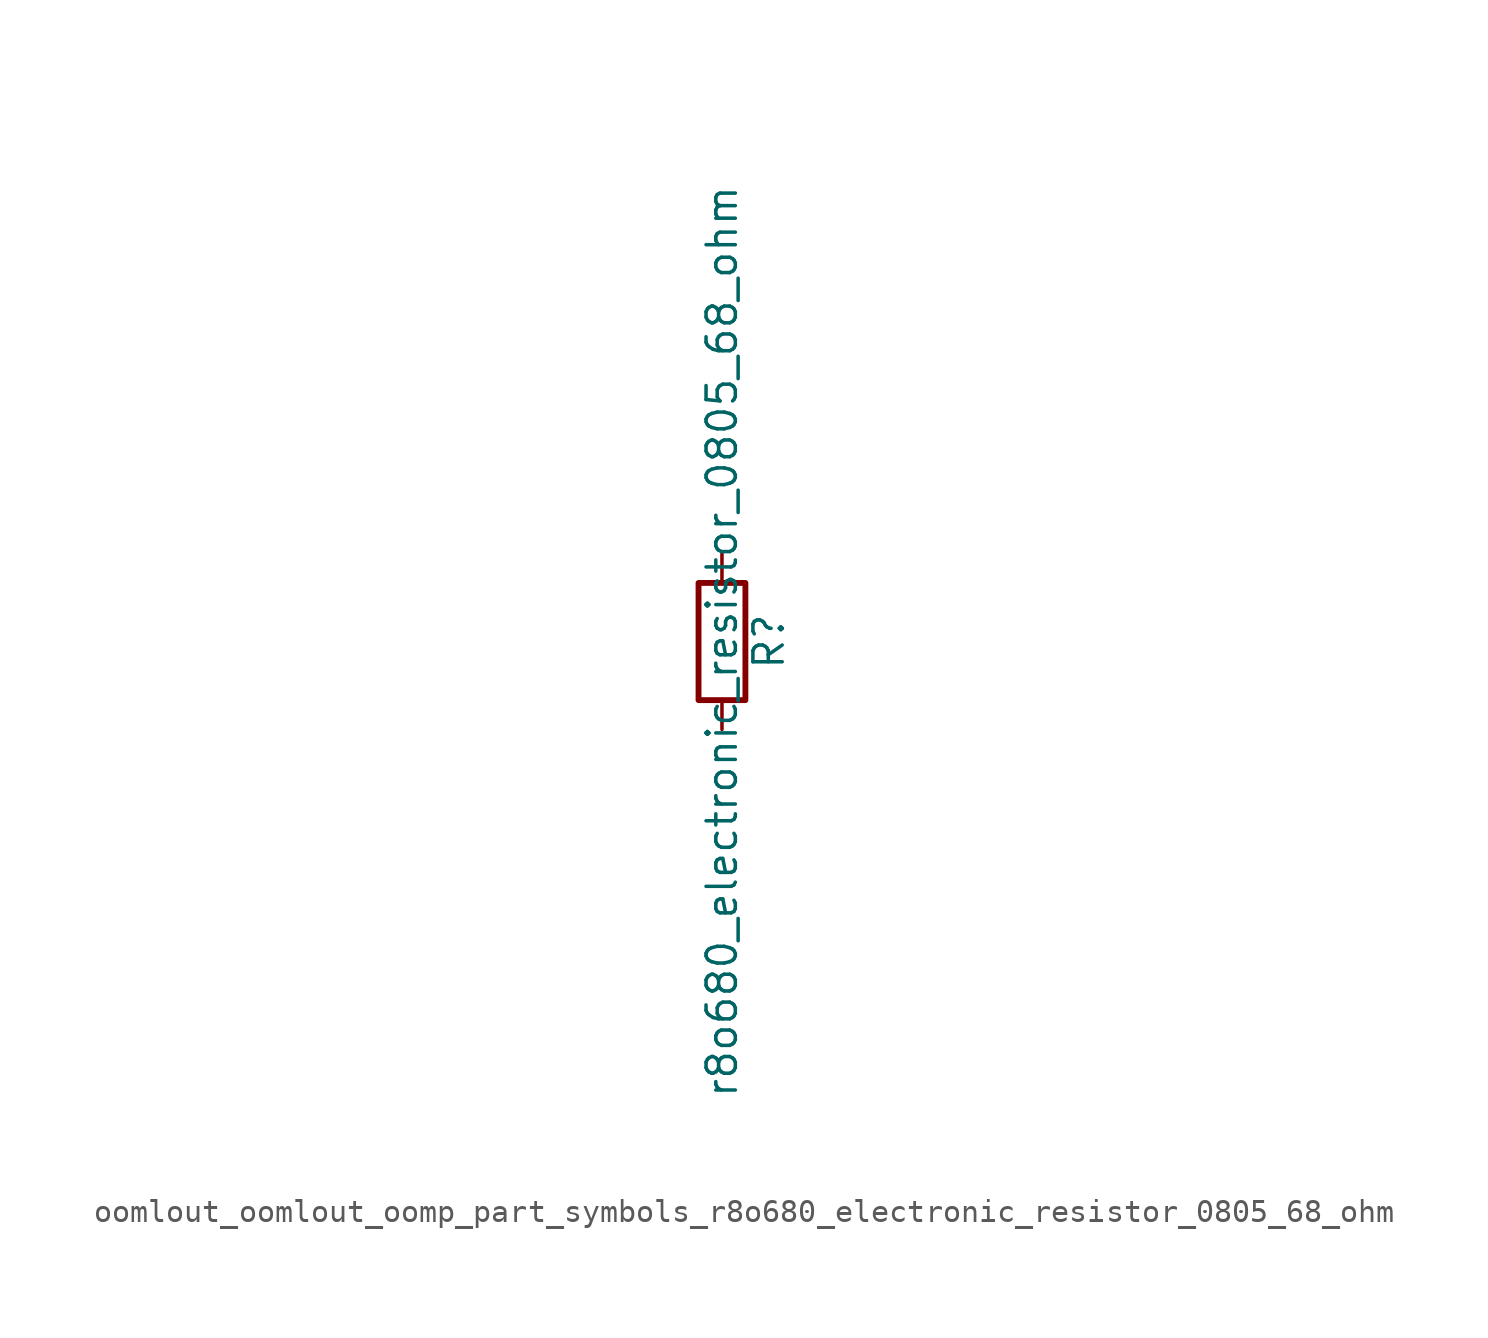
<source format=kicad_sym>
(kicad_symbol_lib
  (version 20220914)
  (generator kicad_symbol_editor)
  (symbol "oomlout_oomlout_oomp_part_symbols_r8o680_electronic_resistor_0805_68_ohm"
    (pin_numbers hide)
    (pin_names
      (offset 0))
    (property "Reference" "R"
      (at 2.032 0 90)
      (effects (font (size 1.27 1.27))))
    (property "Value" "r8o680_electronic_resistor_0805_68_ohm"
      (at 0 0 90)
      (effects (font (size 1.27 1.27))))
    (symbol "oomlout_oomlout_oomp_part_symbols_r8o680_electronic_resistor_0805_68_ohm_0_1"
      (rectangle (start -1.016 -2.54) (end 1.016 2.54) (stroke (width 0.254) (type default)) (fill (type none))))
    (symbol "oomlout_oomlout_oomp_part_symbols_r8o680_electronic_resistor_0805_68_ohm_1_1"
      (pin passive line (at 0 3.81 270) (length 1.27) (name "~" (effects (font (size 1.27 1.27)))) (number "1" (effects (font (size 1.27 1.27)))))
      (pin passive line (at 0 -3.81 90) (length 1.27) (name "~" (effects (font (size 1.27 1.27)))) (number "2" (effects (font (size 1.27 1.27))))))))
</source>
